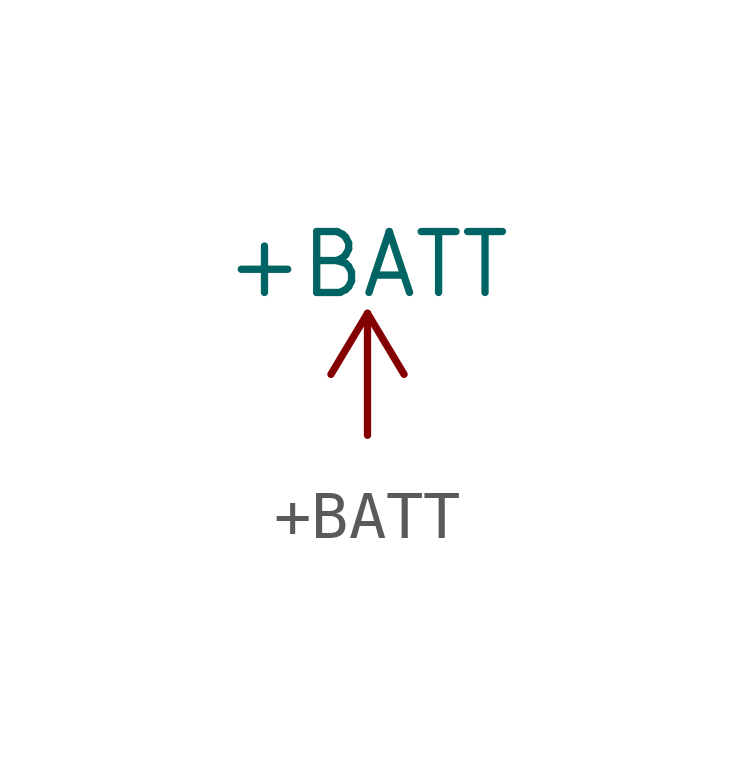
<source format=kicad_sym>
(kicad_symbol_lib
  (version 20231120)
  (generator "kicad_symbol_editor")
  (generator_version "8.0")
  (symbol "+BATT"
    (power)
    (pin_names
      (offset 0))
    (property "Reference" "#PWR"
      (at 0 -3.81 0)
      (effects (font (size 1.27 1.27)) (hide yes)))
    (property "Value" "+BATT"
      (at 0 3.556 0)
      (effects (font (size 1.27 1.27))))
    (symbol "+BATT_0_1"
      (polyline (pts (xy -0.762 1.27) (xy 0 2.54)) (stroke (width 0) (type default)) (fill (type none)))
      (polyline (pts (xy 0 0) (xy 0 2.54)) (stroke (width 0) (type default)) (fill (type none)))
      (polyline (pts (xy 0 2.54) (xy 0.762 1.27)) (stroke (width 0) (type default)) (fill (type none))))
    (symbol "+BATT_1_1"
      (pin power_in line (at 0 0 90) (length 0) hide (name "+BATT" (effects (font (size 1.27 1.27)))) (number "1" (effects (font (size 1.27 1.27))))))))
</source>
